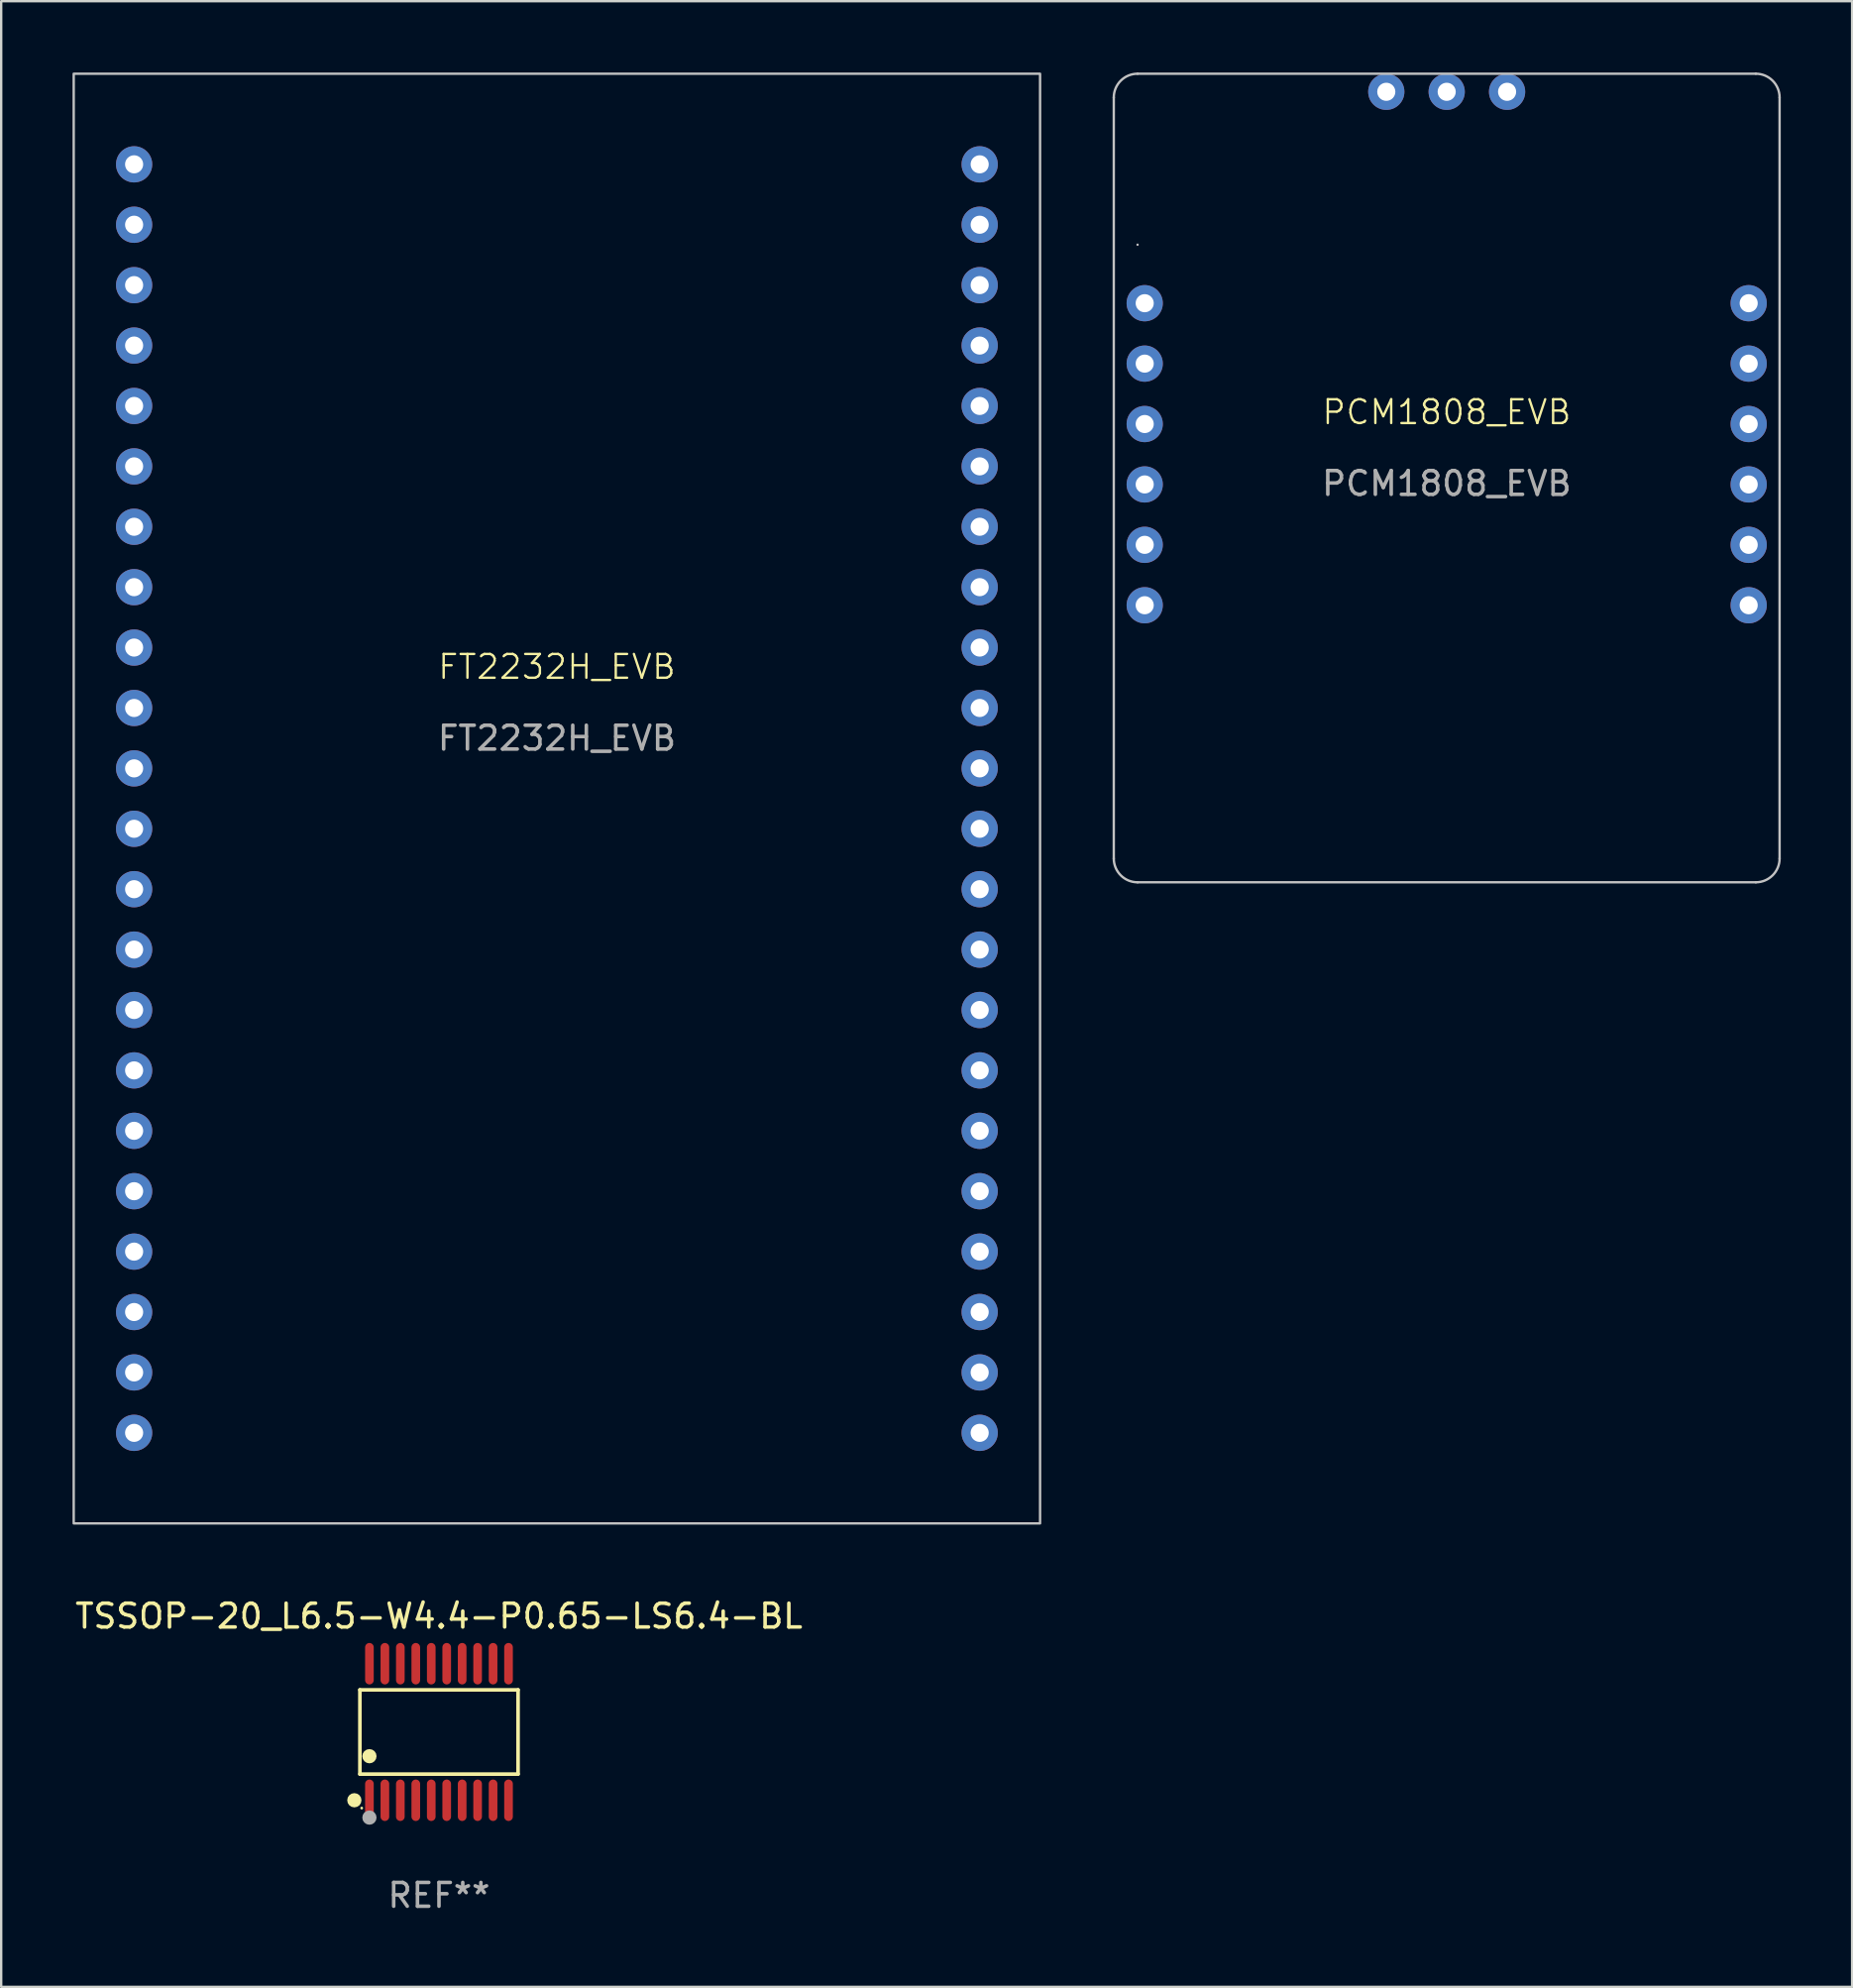
<source format=kicad_pcb>
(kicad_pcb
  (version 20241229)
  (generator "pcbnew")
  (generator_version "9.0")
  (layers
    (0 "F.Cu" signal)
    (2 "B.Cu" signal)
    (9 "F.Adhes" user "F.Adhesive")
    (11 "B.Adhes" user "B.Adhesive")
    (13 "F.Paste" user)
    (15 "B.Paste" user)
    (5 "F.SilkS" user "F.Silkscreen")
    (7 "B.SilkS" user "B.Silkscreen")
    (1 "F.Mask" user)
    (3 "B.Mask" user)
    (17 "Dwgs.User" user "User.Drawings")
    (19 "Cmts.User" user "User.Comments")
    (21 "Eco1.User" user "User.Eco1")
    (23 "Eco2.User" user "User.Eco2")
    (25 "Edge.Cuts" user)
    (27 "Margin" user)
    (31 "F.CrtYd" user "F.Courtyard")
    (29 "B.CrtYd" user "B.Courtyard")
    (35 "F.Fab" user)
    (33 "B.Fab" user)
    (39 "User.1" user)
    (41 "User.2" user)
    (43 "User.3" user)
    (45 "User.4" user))
  (footprint "TSSOP-20_L6.5-W4.4-P0.65-LS6.4-BL"
    (layer "F.Cu")
    (at 15.411 69.779)
    (property "Reference" "TSSOP-20_L6.5-W4.4-P0.65-LS6.4-BL" (at 0 -4.871 0) (layer "F.SilkS") (effects (font (size 1 1) (thickness 0.15))))
    (attr smd)
    (fp_line (start -3.326 -1.771) (end 3.326 -1.771) (stroke (width 0.152) (type solid)) (layer "F.SilkS"))
    (fp_line (start -3.326 1.771) (end -3.326 -1.771) (stroke (width 0.152) (type solid)) (layer "F.SilkS"))
    (fp_line (start 3.326 -1.771) (end 3.326 1.771) (stroke (width 0.152) (type solid)) (layer "F.SilkS"))
    (fp_line (start 3.326 1.771) (end -3.326 1.771) (stroke (width 0.152) (type solid)) (layer "F.SilkS"))
    (fp_circle (center -3.559 2.871) (end -3.409 2.871) (stroke (width 0.3) (type solid)) (fill no) (layer "F.SilkS"))
    (fp_circle (center -3.25 3.2) (end -3.22 3.2) (stroke (width 0.06) (type solid)) (fill no) (layer "F.SilkS"))
    (fp_circle (center -2.925 1.019) (end -2.775 1.019) (stroke (width 0.3) (type solid)) (fill no) (layer "F.SilkS"))
    (fp_circle (center -2.925 3.6) (end -2.775 3.6) (stroke (width 0.3) (type solid)) (fill no) (layer "F.Fab"))
    (fp_text user "REF**" (at 0 6.871 0) (layer "F.Fab") (effects (font (size 1 1) (thickness 0.15))))
    (pad "1" smd oval (at -2.925 2.871) (size 0.364 1.742) (layers "F.Cu" "F.Mask" "F.Paste"))
    (pad "2" smd oval (at -2.275 2.871) (size 0.364 1.742) (layers "F.Cu" "F.Mask" "F.Paste"))
    (pad "3" smd oval (at -1.625 2.871) (size 0.364 1.742) (layers "F.Cu" "F.Mask" "F.Paste"))
    (pad "4" smd oval (at -0.975 2.871) (size 0.364 1.742) (layers "F.Cu" "F.Mask" "F.Paste"))
    (pad "5" smd oval (at -0.325 2.871) (size 0.364 1.742) (layers "F.Cu" "F.Mask" "F.Paste"))
    (pad "6" smd oval (at 0.325 2.871) (size 0.364 1.742) (layers "F.Cu" "F.Mask" "F.Paste"))
    (pad "7" smd oval (at 0.975 2.871) (size 0.364 1.742) (layers "F.Cu" "F.Mask" "F.Paste"))
    (pad "8" smd oval (at 1.625 2.871) (size 0.364 1.742) (layers "F.Cu" "F.Mask" "F.Paste"))
    (pad "9" smd oval (at 2.275 2.871) (size 0.364 1.742) (layers "F.Cu" "F.Mask" "F.Paste"))
    (pad "10" smd oval (at 2.925 2.871) (size 0.364 1.742) (layers "F.Cu" "F.Mask" "F.Paste"))
    (pad "11" smd oval (at 2.925 -2.871) (size 0.364 1.742) (layers "F.Cu" "F.Mask" "F.Paste"))
    (pad "12" smd oval (at 2.275 -2.871) (size 0.364 1.742) (layers "F.Cu" "F.Mask" "F.Paste"))
    (pad "13" smd oval (at 1.625 -2.871) (size 0.364 1.742) (layers "F.Cu" "F.Mask" "F.Paste"))
    (pad "14" smd oval (at 0.975 -2.871) (size 0.364 1.742) (layers "F.Cu" "F.Mask" "F.Paste"))
    (pad "15" smd oval (at 0.325 -2.871) (size 0.364 1.742) (layers "F.Cu" "F.Mask" "F.Paste"))
    (pad "16" smd oval (at -0.325 -2.871) (size 0.364 1.742) (layers "F.Cu" "F.Mask" "F.Paste"))
    (pad "17" smd oval (at -0.975 -2.871) (size 0.364 1.742) (layers "F.Cu" "F.Mask" "F.Paste"))
    (pad "18" smd oval (at -1.625 -2.871) (size 0.364 1.742) (layers "F.Cu" "F.Mask" "F.Paste"))
    (pad "19" smd oval (at -2.275 -2.871) (size 0.364 1.742) (layers "F.Cu" "F.Mask" "F.Paste"))
    (pad "20" smd oval (at -2.925 -2.871) (size 0.364 1.742) (layers "F.Cu" "F.Mask" "F.Paste")))
  (footprint "PCM1808_EVB"
    (layer "F.Cu")
    (at 57.79 16.05)
    (property "Reference" "PCM1808_EVB" (at 0 -1.77 0) (unlocked yes) (layer "F.SilkS") (effects (font (size 1 1) (thickness 0.1))))
    (attr through_hole)
    (fp_line (start -14 17) (end -14 -15) (stroke (width 0.1) (type default)) (layer "Dwgs.User"))
    (fp_line (start -13 -16) (end 13 -16) (stroke (width 0.1) (type default)) (layer "Dwgs.User"))
    (fp_line (start -13 -8.81) (end -13 -8.81) (stroke (width 0.1) (type default)) (layer "Dwgs.User"))
    (fp_line (start 13 18) (end -13 18) (stroke (width 0.1) (type default)) (layer "Dwgs.User"))
    (fp_line (start 14 -15) (end 14 17) (stroke (width 0.1) (type default)) (layer "Dwgs.User"))
    (fp_arc (start -14 -15) (mid -13.707107 -15.707107) (end -13 -16) (stroke (width 0.1) (type default)) (layer "Dwgs.User"))
    (fp_arc (start -13 18) (mid -13.707107 17.707107) (end -14 17) (stroke (width 0.1) (type default)) (layer "Dwgs.User"))
    (fp_arc (start 13 -16) (mid 13.707107 -15.707107) (end 14 -15) (stroke (width 0.1) (type default)) (layer "Dwgs.User"))
    (fp_arc (start 14 17) (mid 13.707107 17.707107) (end 13 18) (stroke (width 0.1) (type default)) (layer "Dwgs.User"))
    (fp_text user "${REFERENCE}" (at 0 1.23 0) (unlocked yes) (layer "F.Fab") (effects (font (size 1 1) (thickness 0.15))))
    (pad "1" thru_hole circle (at -12.7 6.35) (size 1.524 1.524) (drill 0.762) (layers "*.Cu" "*.Mask"))
    (pad "2" thru_hole circle (at -12.7 3.81) (size 1.524 1.524) (drill 0.762) (layers "*.Cu" "*.Mask"))
    (pad "3" thru_hole circle (at -12.7 1.27) (size 1.524 1.524) (drill 0.762) (layers "*.Cu" "*.Mask"))
    (pad "4" thru_hole circle (at -12.7 -1.27) (size 1.524 1.524) (drill 0.762) (layers "*.Cu" "*.Mask"))
    (pad "5" thru_hole circle (at -12.7 -3.81) (size 1.524 1.524) (drill 0.762) (layers "*.Cu" "*.Mask"))
    (pad "6" thru_hole circle (at -12.7 -6.35) (size 1.524 1.524) (drill 0.762) (layers "*.Cu" "*.Mask"))
    (pad "7" thru_hole circle (at -2.54 -15.24) (size 1.524 1.524) (drill 0.762) (layers "*.Cu" "*.Mask"))
    (pad "8" thru_hole circle (at 0 -15.24) (size 1.524 1.524) (drill 0.762) (layers "*.Cu" "*.Mask"))
    (pad "9" thru_hole circle (at 2.54 -15.24) (size 1.524 1.524) (drill 0.762) (layers "*.Cu" "*.Mask"))
    (pad "10" thru_hole circle (at 12.7 -6.35) (size 1.524 1.524) (drill 0.762) (layers "*.Cu" "*.Mask"))
    (pad "11" thru_hole circle (at 12.7 -3.81) (size 1.524 1.524) (drill 0.762) (layers "*.Cu" "*.Mask"))
    (pad "13" thru_hole circle (at 12.7 -1.27) (size 1.524 1.524) (drill 0.762) (layers "*.Cu" "*.Mask"))
    (pad "14" thru_hole circle (at 12.7 1.27) (size 1.524 1.524) (drill 0.762) (layers "*.Cu" "*.Mask"))
    (pad "15" thru_hole circle (at 12.7 3.81) (size 1.524 1.524) (drill 0.762) (layers "*.Cu" "*.Mask"))
    (pad "16" thru_hole circle (at 12.7 6.35) (size 1.524 1.524) (drill 0.762) (layers "*.Cu" "*.Mask")))
  (footprint "FT2232H_EVB"
    (layer "F.Cu")
    (at 20.37 26.72)
    (property "Reference" "FT2232H_EVB" (at 0 -1.73 0) (unlocked yes) (layer "F.SilkS") (effects (font (size 1 1) (thickness 0.1))))
    (attr through_hole)
    (fp_rect (start -20.32 -26.67) (end 20.32 34.29) (stroke (width 0.1) (type default)) (fill no) (layer "Dwgs.User"))
    (fp_text user "${REFERENCE}" (at 0 1.27 0) (unlocked yes) (layer "F.Fab") (effects (font (size 1 1) (thickness 0.15))))
    (pad "1" thru_hole circle (at -17.78 -22.86) (size 1.524 1.524) (drill 0.762) (layers "*.Cu" "*.Mask"))
    (pad "2" thru_hole circle (at -17.78 -20.32) (size 1.524 1.524) (drill 0.762) (layers "*.Cu" "*.Mask"))
    (pad "3" thru_hole circle (at -17.78 -17.78) (size 1.524 1.524) (drill 0.762) (layers "*.Cu" "*.Mask"))
    (pad "4" thru_hole circle (at -17.78 -15.24) (size 1.524 1.524) (drill 0.762) (layers "*.Cu" "*.Mask"))
    (pad "5" thru_hole circle (at -17.78 -12.7) (size 1.524 1.524) (drill 0.762) (layers "*.Cu" "*.Mask"))
    (pad "6" thru_hole circle (at -17.78 -10.16) (size 1.524 1.524) (drill 0.762) (layers "*.Cu" "*.Mask"))
    (pad "7" thru_hole circle (at -17.78 -7.62) (size 1.524 1.524) (drill 0.762) (layers "*.Cu" "*.Mask"))
    (pad "8" thru_hole circle (at -17.78 -5.08) (size 1.524 1.524) (drill 0.762) (layers "*.Cu" "*.Mask"))
    (pad "9" thru_hole circle (at -17.78 -2.54) (size 1.524 1.524) (drill 0.762) (layers "*.Cu" "*.Mask"))
    (pad "10" thru_hole circle (at -17.78 0) (size 1.524 1.524) (drill 0.762) (layers "*.Cu" "*.Mask"))
    (pad "11" thru_hole circle (at -17.78 2.54) (size 1.524 1.524) (drill 0.762) (layers "*.Cu" "*.Mask"))
    (pad "12" thru_hole circle (at -17.78 5.08) (size 1.524 1.524) (drill 0.762) (layers "*.Cu" "*.Mask"))
    (pad "13" thru_hole circle (at -17.78 7.62) (size 1.524 1.524) (drill 0.762) (layers "*.Cu" "*.Mask"))
    (pad "14" thru_hole circle (at -17.78 10.16) (size 1.524 1.524) (drill 0.762) (layers "*.Cu" "*.Mask"))
    (pad "15" thru_hole circle (at -17.78 12.7) (size 1.524 1.524) (drill 0.762) (layers "*.Cu" "*.Mask"))
    (pad "16" thru_hole circle (at -17.78 15.24) (size 1.524 1.524) (drill 0.762) (layers "*.Cu" "*.Mask"))
    (pad "17" thru_hole circle (at -17.78 17.78) (size 1.524 1.524) (drill 0.762) (layers "*.Cu" "*.Mask"))
    (pad "18" thru_hole circle (at -17.78 20.32) (size 1.524 1.524) (drill 0.762) (layers "*.Cu" "*.Mask"))
    (pad "19" thru_hole circle (at -17.78 22.86) (size 1.524 1.524) (drill 0.762) (layers "*.Cu" "*.Mask"))
    (pad "20" thru_hole circle (at -17.78 25.4) (size 1.524 1.524) (drill 0.762) (layers "*.Cu" "*.Mask"))
    (pad "21" thru_hole circle (at -17.78 27.94) (size 1.524 1.524) (drill 0.762) (layers "*.Cu" "*.Mask"))
    (pad "22" thru_hole circle (at -17.78 30.48) (size 1.524 1.524) (drill 0.762) (layers "*.Cu" "*.Mask"))
    (pad "23" thru_hole circle (at 17.78 -22.86) (size 1.524 1.524) (drill 0.762) (layers "*.Cu" "*.Mask"))
    (pad "24" thru_hole circle (at 17.78 -20.32) (size 1.524 1.524) (drill 0.762) (layers "*.Cu" "*.Mask"))
    (pad "25" thru_hole circle (at 17.78 -17.78) (size 1.524 1.524) (drill 0.762) (layers "*.Cu" "*.Mask"))
    (pad "26" thru_hole circle (at 17.78 -15.24) (size 1.524 1.524) (drill 0.762) (layers "*.Cu" "*.Mask"))
    (pad "27" thru_hole circle (at 17.78 -12.7) (size 1.524 1.524) (drill 0.762) (layers "*.Cu" "*.Mask"))
    (pad "28" thru_hole circle (at 17.78 -10.16) (size 1.524 1.524) (drill 0.762) (layers "*.Cu" "*.Mask"))
    (pad "29" thru_hole circle (at 17.78 -7.62) (size 1.524 1.524) (drill 0.762) (layers "*.Cu" "*.Mask"))
    (pad "30" thru_hole circle (at 17.78 -5.08) (size 1.524 1.524) (drill 0.762) (layers "*.Cu" "*.Mask"))
    (pad "31" thru_hole circle (at 17.78 -2.54) (size 1.524 1.524) (drill 0.762) (layers "*.Cu" "*.Mask"))
    (pad "32" thru_hole circle (at 17.78 0) (size 1.524 1.524) (drill 0.762) (layers "*.Cu" "*.Mask"))
    (pad "33" thru_hole circle (at 17.78 2.54) (size 1.524 1.524) (drill 0.762) (layers "*.Cu" "*.Mask"))
    (pad "34" thru_hole circle (at 17.78 5.08) (size 1.524 1.524) (drill 0.762) (layers "*.Cu" "*.Mask"))
    (pad "35" thru_hole circle (at 17.78 7.62) (size 1.524 1.524) (drill 0.762) (layers "*.Cu" "*.Mask"))
    (pad "36" thru_hole circle (at 17.78 10.16) (size 1.524 1.524) (drill 0.762) (layers "*.Cu" "*.Mask"))
    (pad "37" thru_hole circle (at 17.78 12.7) (size 1.524 1.524) (drill 0.762) (layers "*.Cu" "*.Mask"))
    (pad "38" thru_hole circle (at 17.78 15.24) (size 1.524 1.524) (drill 0.762) (layers "*.Cu" "*.Mask"))
    (pad "39" thru_hole circle (at 17.78 17.78) (size 1.524 1.524) (drill 0.762) (layers "*.Cu" "*.Mask"))
    (pad "40" thru_hole circle (at 17.78 20.32) (size 1.524 1.524) (drill 0.762) (layers "*.Cu" "*.Mask"))
    (pad "41" thru_hole circle (at 17.78 22.86) (size 1.524 1.524) (drill 0.762) (layers "*.Cu" "*.Mask"))
    (pad "42" thru_hole circle (at 17.78 25.4) (size 1.524 1.524) (drill 0.762) (layers "*.Cu" "*.Mask"))
    (pad "43" thru_hole circle (at 17.78 27.94) (size 1.524 1.524) (drill 0.762) (layers "*.Cu" "*.Mask"))
    (pad "44" thru_hole circle (at 17.78 30.48) (size 1.524 1.524) (drill 0.762) (layers "*.Cu" "*.Mask")))
  (gr_rect
    (start -3 -3)
    (end 74.84 80.498)
    (stroke (width 0.1) (type default))
    (fill no)
    (layer "Edge.Cuts")))
</source>
